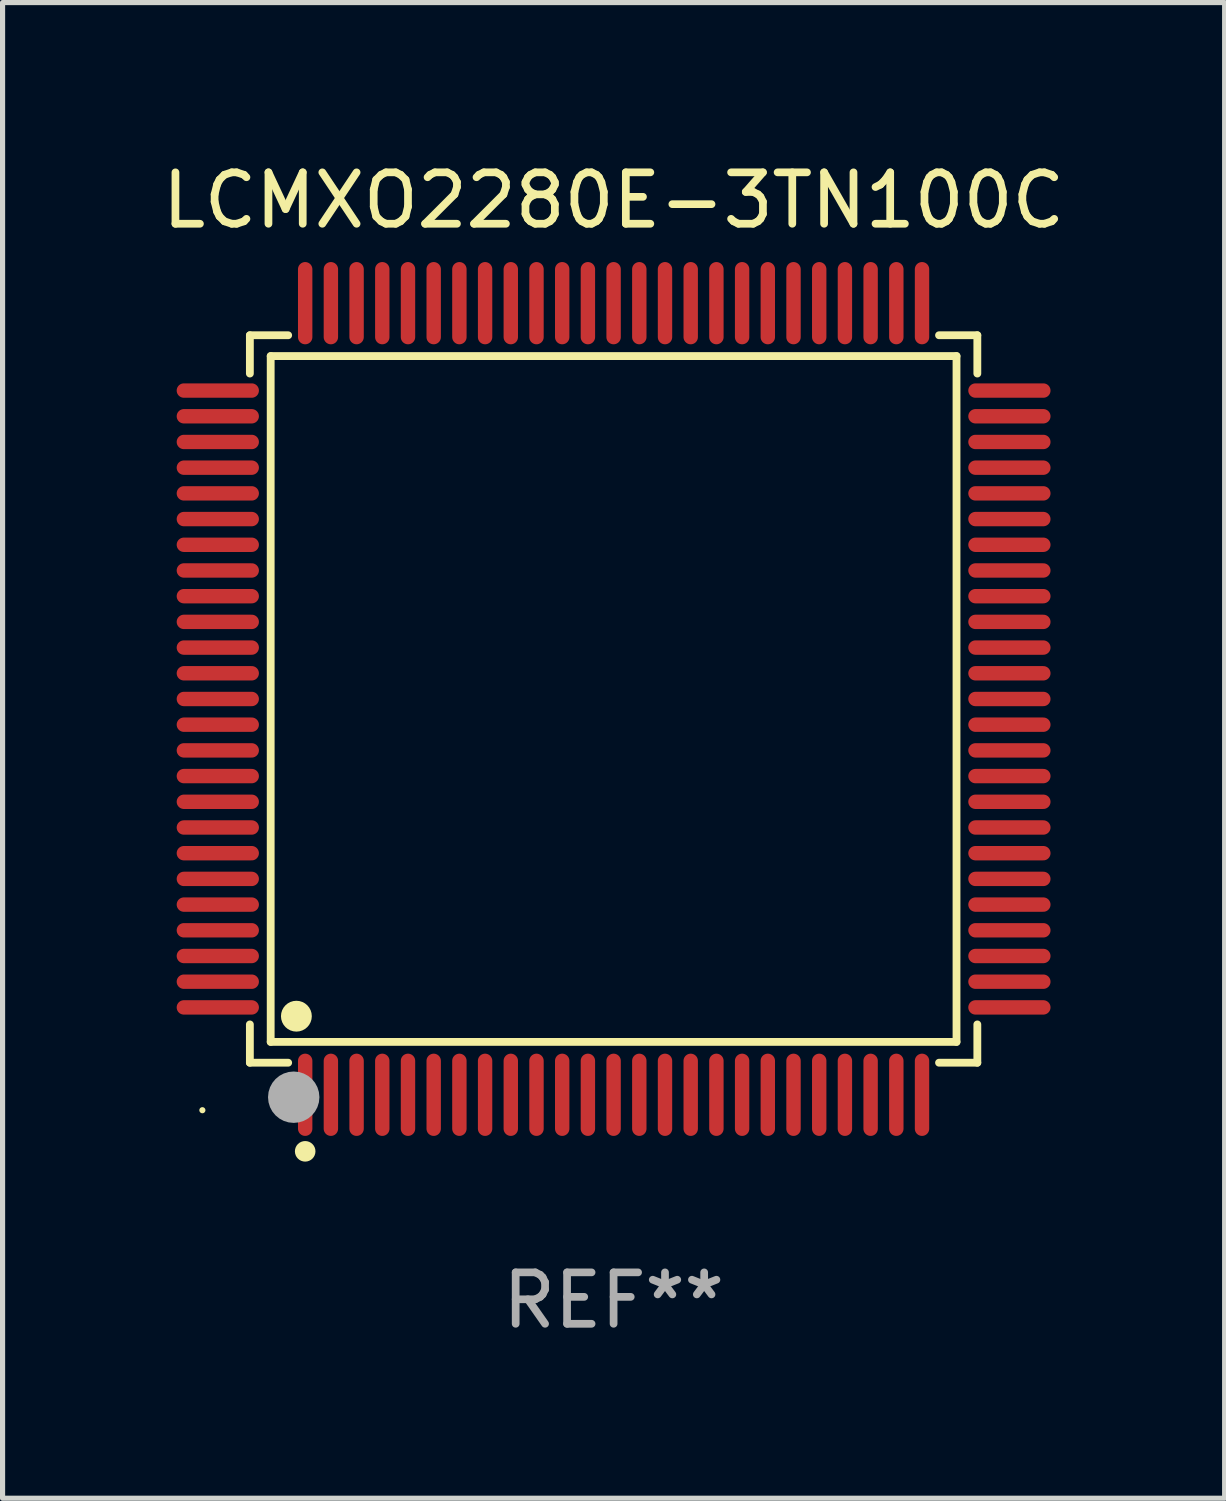
<source format=kicad_pcb>
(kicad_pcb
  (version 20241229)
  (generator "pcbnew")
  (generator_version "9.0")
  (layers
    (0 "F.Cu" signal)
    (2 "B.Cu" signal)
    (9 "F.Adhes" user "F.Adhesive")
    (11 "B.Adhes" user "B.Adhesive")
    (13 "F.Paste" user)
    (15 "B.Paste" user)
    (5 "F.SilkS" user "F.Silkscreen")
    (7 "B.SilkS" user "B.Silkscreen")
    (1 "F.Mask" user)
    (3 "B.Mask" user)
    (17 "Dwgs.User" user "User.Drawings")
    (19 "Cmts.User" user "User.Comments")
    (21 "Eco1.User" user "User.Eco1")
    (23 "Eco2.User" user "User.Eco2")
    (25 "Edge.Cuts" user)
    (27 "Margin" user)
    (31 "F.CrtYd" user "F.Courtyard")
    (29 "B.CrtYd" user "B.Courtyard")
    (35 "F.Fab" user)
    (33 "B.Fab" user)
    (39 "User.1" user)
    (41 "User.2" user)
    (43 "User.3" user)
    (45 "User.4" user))
  (footprint "LCMXO2280E-3TN100C"
    (layer "F.Cu")
    (at 8.887 10.548)
    (property "Reference" "LCMXO2280E-3TN100C" (at 0 -9.7 0) (layer "F.SilkS") (effects (font (size 1 1) (thickness 0.15))))
    (attr through_hole)
    (fp_line (start -7.076 -7.076) (end -6.331 -7.076) (stroke (width 0.152) (type solid)) (layer "F.SilkS"))
    (fp_line (start -7.076 -6.331) (end -7.076 -7.076) (stroke (width 0.152) (type solid)) (layer "F.SilkS"))
    (fp_line (start -7.076 6.331) (end -7.076 7.076) (stroke (width 0.152) (type solid)) (layer "F.SilkS"))
    (fp_line (start -7.076 7.076) (end -6.331 7.076) (stroke (width 0.152) (type solid)) (layer "F.SilkS"))
    (fp_line (start -6.671 -6.671) (end 6.671 -6.671) (stroke (width 0.152) (type solid)) (layer "F.SilkS"))
    (fp_line (start -6.671 6.671) (end -6.671 -6.671) (stroke (width 0.152) (type solid)) (layer "F.SilkS"))
    (fp_line (start 6.671 -6.671) (end 6.671 6.671) (stroke (width 0.152) (type solid)) (layer "F.SilkS"))
    (fp_line (start 6.671 6.671) (end -6.671 6.671) (stroke (width 0.152) (type solid)) (layer "F.SilkS"))
    (fp_line (start 7.076 -7.076) (end 6.331 -7.076) (stroke (width 0.152) (type solid)) (layer "F.SilkS"))
    (fp_line (start 7.076 -6.331) (end 7.076 -7.076) (stroke (width 0.152) (type solid)) (layer "F.SilkS"))
    (fp_line (start 7.076 6.331) (end 7.076 7.076) (stroke (width 0.152) (type solid)) (layer "F.SilkS"))
    (fp_line (start 7.076 7.076) (end 6.331 7.076) (stroke (width 0.152) (type solid)) (layer "F.SilkS"))
    (fp_circle (center -8 8) (end -7.97 8) (stroke (width 0.06) (type solid)) (fill no) (layer "F.SilkS"))
    (fp_circle (center -6.171 6.171) (end -6.021 6.171) (stroke (width 0.3) (type solid)) (fill no) (layer "F.SilkS"))
    (fp_circle (center -6 8.8) (end -5.9 8.8) (stroke (width 0.2) (type solid)) (fill no) (layer "F.SilkS"))
    (fp_circle (center -6.223 7.747) (end -5.973 7.747) (stroke (width 0.5) (type solid)) (fill no) (layer "F.Fab"))
    (fp_text user "REF**" (at 0 11.7 0) (layer "F.Fab") (effects (font (size 1 1) (thickness 0.15))))
    (pad "1" smd oval (at -6 7.7) (size 0.28 1.6) (layers "F.Cu" "F.Mask" "F.Paste"))
    (pad "2" smd oval (at -5.5 7.7) (size 0.28 1.6) (layers "F.Cu" "F.Mask" "F.Paste"))
    (pad "3" smd oval (at -5 7.7) (size 0.28 1.6) (layers "F.Cu" "F.Mask" "F.Paste"))
    (pad "4" smd oval (at -4.5 7.7) (size 0.28 1.6) (layers "F.Cu" "F.Mask" "F.Paste"))
    (pad "5" smd oval (at -4 7.7) (size 0.28 1.6) (layers "F.Cu" "F.Mask" "F.Paste"))
    (pad "6" smd oval (at -3.5 7.7) (size 0.28 1.6) (layers "F.Cu" "F.Mask" "F.Paste"))
    (pad "7" smd oval (at -3 7.7) (size 0.28 1.6) (layers "F.Cu" "F.Mask" "F.Paste"))
    (pad "8" smd oval (at -2.5 7.7) (size 0.28 1.6) (layers "F.Cu" "F.Mask" "F.Paste"))
    (pad "9" smd oval (at -2 7.7) (size 0.28 1.6) (layers "F.Cu" "F.Mask" "F.Paste"))
    (pad "10" smd oval (at -1.5 7.7) (size 0.28 1.6) (layers "F.Cu" "F.Mask" "F.Paste"))
    (pad "11" smd oval (at -1 7.7) (size 0.28 1.6) (layers "F.Cu" "F.Mask" "F.Paste"))
    (pad "12" smd oval (at -0.5 7.7) (size 0.28 1.6) (layers "F.Cu" "F.Mask" "F.Paste"))
    (pad "13" smd oval (at 0 7.7) (size 0.28 1.6) (layers "F.Cu" "F.Mask" "F.Paste"))
    (pad "14" smd oval (at 0.5 7.7) (size 0.28 1.6) (layers "F.Cu" "F.Mask" "F.Paste"))
    (pad "15" smd oval (at 1 7.7) (size 0.28 1.6) (layers "F.Cu" "F.Mask" "F.Paste"))
    (pad "16" smd oval (at 1.5 7.7) (size 0.28 1.6) (layers "F.Cu" "F.Mask" "F.Paste"))
    (pad "17" smd oval (at 2 7.7) (size 0.28 1.6) (layers "F.Cu" "F.Mask" "F.Paste"))
    (pad "18" smd oval (at 2.5 7.7) (size 0.28 1.6) (layers "F.Cu" "F.Mask" "F.Paste"))
    (pad "19" smd oval (at 3 7.7) (size 0.28 1.6) (layers "F.Cu" "F.Mask" "F.Paste"))
    (pad "20" smd oval (at 3.5 7.7) (size 0.28 1.6) (layers "F.Cu" "F.Mask" "F.Paste"))
    (pad "21" smd oval (at 4 7.7) (size 0.28 1.6) (layers "F.Cu" "F.Mask" "F.Paste"))
    (pad "22" smd oval (at 4.5 7.7) (size 0.28 1.6) (layers "F.Cu" "F.Mask" "F.Paste"))
    (pad "23" smd oval (at 5 7.7) (size 0.28 1.6) (layers "F.Cu" "F.Mask" "F.Paste"))
    (pad "24" smd oval (at 5.5 7.7) (size 0.28 1.6) (layers "F.Cu" "F.Mask" "F.Paste"))
    (pad "25" smd oval (at 6 7.7) (size 0.28 1.6) (layers "F.Cu" "F.Mask" "F.Paste"))
    (pad "26" smd oval (at 7.7 6) (size 1.6 0.28) (layers "F.Cu" "F.Mask" "F.Paste"))
    (pad "27" smd oval (at 7.7 5.5) (size 1.6 0.28) (layers "F.Cu" "F.Mask" "F.Paste"))
    (pad "28" smd oval (at 7.7 5) (size 1.6 0.28) (layers "F.Cu" "F.Mask" "F.Paste"))
    (pad "29" smd oval (at 7.7 4.5) (size 1.6 0.28) (layers "F.Cu" "F.Mask" "F.Paste"))
    (pad "30" smd oval (at 7.7 4) (size 1.6 0.28) (layers "F.Cu" "F.Mask" "F.Paste"))
    (pad "31" smd oval (at 7.7 3.5) (size 1.6 0.28) (layers "F.Cu" "F.Mask" "F.Paste"))
    (pad "32" smd oval (at 7.7 3) (size 1.6 0.28) (layers "F.Cu" "F.Mask" "F.Paste"))
    (pad "33" smd oval (at 7.7 2.5) (size 1.6 0.28) (layers "F.Cu" "F.Mask" "F.Paste"))
    (pad "34" smd oval (at 7.7 2) (size 1.6 0.28) (layers "F.Cu" "F.Mask" "F.Paste"))
    (pad "35" smd oval (at 7.7 1.5) (size 1.6 0.28) (layers "F.Cu" "F.Mask" "F.Paste"))
    (pad "36" smd oval (at 7.7 1) (size 1.6 0.28) (layers "F.Cu" "F.Mask" "F.Paste"))
    (pad "37" smd oval (at 7.7 0.5) (size 1.6 0.28) (layers "F.Cu" "F.Mask" "F.Paste"))
    (pad "38" smd oval (at 7.7 0) (size 1.6 0.28) (layers "F.Cu" "F.Mask" "F.Paste"))
    (pad "39" smd oval (at 7.7 -0.5) (size 1.6 0.28) (layers "F.Cu" "F.Mask" "F.Paste"))
    (pad "40" smd oval (at 7.7 -1) (size 1.6 0.28) (layers "F.Cu" "F.Mask" "F.Paste"))
    (pad "41" smd oval (at 7.7 -1.5) (size 1.6 0.28) (layers "F.Cu" "F.Mask" "F.Paste"))
    (pad "42" smd oval (at 7.7 -2) (size 1.6 0.28) (layers "F.Cu" "F.Mask" "F.Paste"))
    (pad "43" smd oval (at 7.7 -2.5) (size 1.6 0.28) (layers "F.Cu" "F.Mask" "F.Paste"))
    (pad "44" smd oval (at 7.7 -3) (size 1.6 0.28) (layers "F.Cu" "F.Mask" "F.Paste"))
    (pad "45" smd oval (at 7.7 -3.5) (size 1.6 0.28) (layers "F.Cu" "F.Mask" "F.Paste"))
    (pad "46" smd oval (at 7.7 -4) (size 1.6 0.28) (layers "F.Cu" "F.Mask" "F.Paste"))
    (pad "47" smd oval (at 7.7 -4.5) (size 1.6 0.28) (layers "F.Cu" "F.Mask" "F.Paste"))
    (pad "48" smd oval (at 7.7 -5) (size 1.6 0.28) (layers "F.Cu" "F.Mask" "F.Paste"))
    (pad "49" smd oval (at 7.7 -5.5) (size 1.6 0.28) (layers "F.Cu" "F.Mask" "F.Paste"))
    (pad "50" smd oval (at 7.7 -6) (size 1.6 0.28) (layers "F.Cu" "F.Mask" "F.Paste"))
    (pad "51" smd oval (at 6 -7.7) (size 0.28 1.6) (layers "F.Cu" "F.Mask" "F.Paste"))
    (pad "52" smd oval (at 5.5 -7.7) (size 0.28 1.6) (layers "F.Cu" "F.Mask" "F.Paste"))
    (pad "53" smd oval (at 5 -7.7) (size 0.28 1.6) (layers "F.Cu" "F.Mask" "F.Paste"))
    (pad "54" smd oval (at 4.5 -7.7) (size 0.28 1.6) (layers "F.Cu" "F.Mask" "F.Paste"))
    (pad "55" smd oval (at 4 -7.7) (size 0.28 1.6) (layers "F.Cu" "F.Mask" "F.Paste"))
    (pad "56" smd oval (at 3.5 -7.7) (size 0.28 1.6) (layers "F.Cu" "F.Mask" "F.Paste"))
    (pad "57" smd oval (at 3 -7.7) (size 0.28 1.6) (layers "F.Cu" "F.Mask" "F.Paste"))
    (pad "58" smd oval (at 2.5 -7.7) (size 0.28 1.6) (layers "F.Cu" "F.Mask" "F.Paste"))
    (pad "59" smd oval (at 2 -7.7) (size 0.28 1.6) (layers "F.Cu" "F.Mask" "F.Paste"))
    (pad "60" smd oval (at 1.5 -7.7) (size 0.28 1.6) (layers "F.Cu" "F.Mask" "F.Paste"))
    (pad "61" smd oval (at 1 -7.7) (size 0.28 1.6) (layers "F.Cu" "F.Mask" "F.Paste"))
    (pad "62" smd oval (at 0.5 -7.7) (size 0.28 1.6) (layers "F.Cu" "F.Mask" "F.Paste"))
    (pad "63" smd oval (at 0 -7.7) (size 0.28 1.6) (layers "F.Cu" "F.Mask" "F.Paste"))
    (pad "64" smd oval (at -0.5 -7.7) (size 0.28 1.6) (layers "F.Cu" "F.Mask" "F.Paste"))
    (pad "65" smd oval (at -1 -7.7) (size 0.28 1.6) (layers "F.Cu" "F.Mask" "F.Paste"))
    (pad "66" smd oval (at -1.5 -7.7) (size 0.28 1.6) (layers "F.Cu" "F.Mask" "F.Paste"))
    (pad "67" smd oval (at -2 -7.7) (size 0.28 1.6) (layers "F.Cu" "F.Mask" "F.Paste"))
    (pad "68" smd oval (at -2.5 -7.7) (size 0.28 1.6) (layers "F.Cu" "F.Mask" "F.Paste"))
    (pad "69" smd oval (at -3 -7.7) (size 0.28 1.6) (layers "F.Cu" "F.Mask" "F.Paste"))
    (pad "70" smd oval (at -3.5 -7.7) (size 0.28 1.6) (layers "F.Cu" "F.Mask" "F.Paste"))
    (pad "71" smd oval (at -4 -7.7) (size 0.28 1.6) (layers "F.Cu" "F.Mask" "F.Paste"))
    (pad "72" smd oval (at -4.5 -7.7) (size 0.28 1.6) (layers "F.Cu" "F.Mask" "F.Paste"))
    (pad "73" smd oval (at -5 -7.7) (size 0.28 1.6) (layers "F.Cu" "F.Mask" "F.Paste"))
    (pad "74" smd oval (at -5.5 -7.7) (size 0.28 1.6) (layers "F.Cu" "F.Mask" "F.Paste"))
    (pad "75" smd oval (at -6 -7.7) (size 0.28 1.6) (layers "F.Cu" "F.Mask" "F.Paste"))
    (pad "76" smd oval (at -7.7 -6) (size 1.6 0.28) (layers "F.Cu" "F.Mask" "F.Paste"))
    (pad "77" smd oval (at -7.7 -5.5) (size 1.6 0.28) (layers "F.Cu" "F.Mask" "F.Paste"))
    (pad "78" smd oval (at -7.7 -5) (size 1.6 0.28) (layers "F.Cu" "F.Mask" "F.Paste"))
    (pad "79" smd oval (at -7.7 -4.5) (size 1.6 0.28) (layers "F.Cu" "F.Mask" "F.Paste"))
    (pad "80" smd oval (at -7.7 -4) (size 1.6 0.28) (layers "F.Cu" "F.Mask" "F.Paste"))
    (pad "81" smd oval (at -7.7 -3.5) (size 1.6 0.28) (layers "F.Cu" "F.Mask" "F.Paste"))
    (pad "82" smd oval (at -7.7 -3) (size 1.6 0.28) (layers "F.Cu" "F.Mask" "F.Paste"))
    (pad "83" smd oval (at -7.7 -2.5) (size 1.6 0.28) (layers "F.Cu" "F.Mask" "F.Paste"))
    (pad "84" smd oval (at -7.7 -2) (size 1.6 0.28) (layers "F.Cu" "F.Mask" "F.Paste"))
    (pad "85" smd oval (at -7.7 -1.5) (size 1.6 0.28) (layers "F.Cu" "F.Mask" "F.Paste"))
    (pad "86" smd oval (at -7.7 -1) (size 1.6 0.28) (layers "F.Cu" "F.Mask" "F.Paste"))
    (pad "87" smd oval (at -7.7 -0.5) (size 1.6 0.28) (layers "F.Cu" "F.Mask" "F.Paste"))
    (pad "88" smd oval (at -7.7 0) (size 1.6 0.28) (layers "F.Cu" "F.Mask" "F.Paste"))
    (pad "89" smd oval (at -7.7 0.5) (size 1.6 0.28) (layers "F.Cu" "F.Mask" "F.Paste"))
    (pad "90" smd oval (at -7.7 1) (size 1.6 0.28) (layers "F.Cu" "F.Mask" "F.Paste"))
    (pad "91" smd oval (at -7.7 1.5) (size 1.6 0.28) (layers "F.Cu" "F.Mask" "F.Paste"))
    (pad "92" smd oval (at -7.7 2) (size 1.6 0.28) (layers "F.Cu" "F.Mask" "F.Paste"))
    (pad "93" smd oval (at -7.7 2.5) (size 1.6 0.28) (layers "F.Cu" "F.Mask" "F.Paste"))
    (pad "94" smd oval (at -7.7 3) (size 1.6 0.28) (layers "F.Cu" "F.Mask" "F.Paste"))
    (pad "95" smd oval (at -7.7 3.5) (size 1.6 0.28) (layers "F.Cu" "F.Mask" "F.Paste"))
    (pad "96" smd oval (at -7.7 4) (size 1.6 0.28) (layers "F.Cu" "F.Mask" "F.Paste"))
    (pad "97" smd oval (at -7.7 4.5) (size 1.6 0.28) (layers "F.Cu" "F.Mask" "F.Paste"))
    (pad "98" smd oval (at -7.7 5) (size 1.6 0.28) (layers "F.Cu" "F.Mask" "F.Paste"))
    (pad "99" smd oval (at -7.7 5.5) (size 1.6 0.28) (layers "F.Cu" "F.Mask" "F.Paste"))
    (pad "100" smd oval (at -7.7 6) (size 1.6 0.28) (layers "F.Cu" "F.Mask" "F.Paste")))
  (gr_rect
    (start -3 -3)
    (end 20.774 26.097)
    (stroke (width 0.1) (type default))
    (fill no)
    (layer "Edge.Cuts")))
</source>
